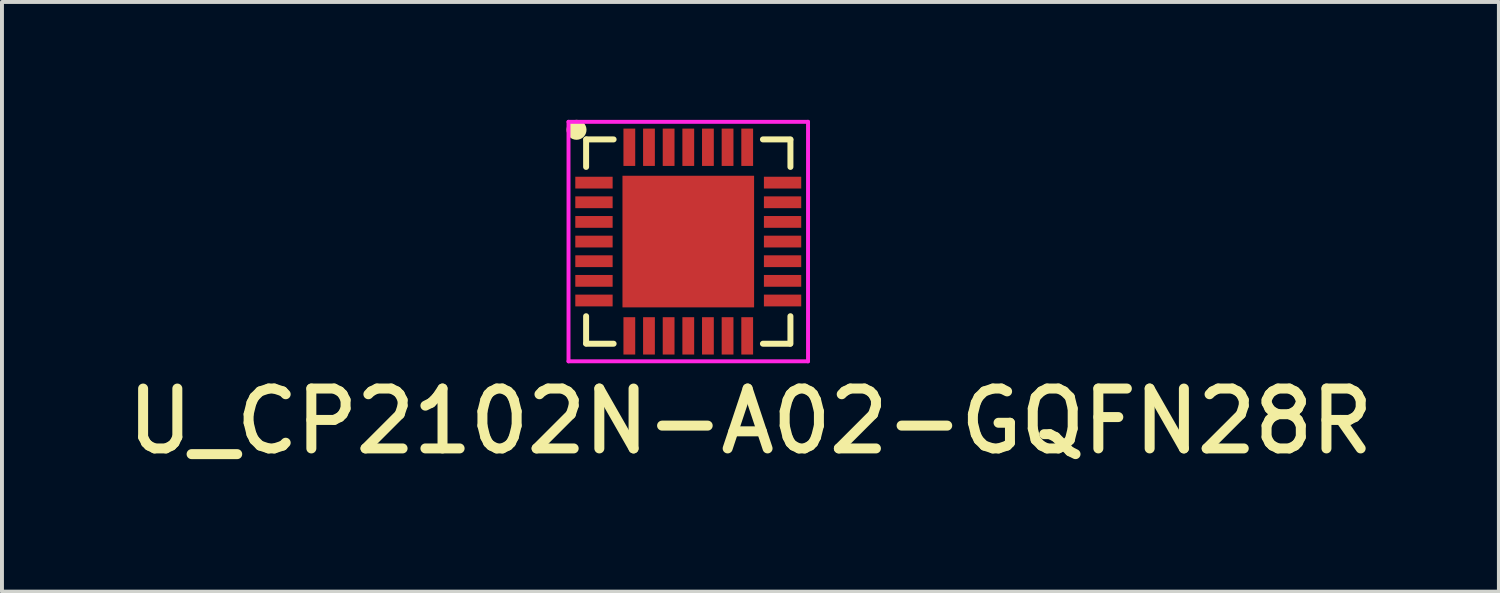
<source format=kicad_pcb>
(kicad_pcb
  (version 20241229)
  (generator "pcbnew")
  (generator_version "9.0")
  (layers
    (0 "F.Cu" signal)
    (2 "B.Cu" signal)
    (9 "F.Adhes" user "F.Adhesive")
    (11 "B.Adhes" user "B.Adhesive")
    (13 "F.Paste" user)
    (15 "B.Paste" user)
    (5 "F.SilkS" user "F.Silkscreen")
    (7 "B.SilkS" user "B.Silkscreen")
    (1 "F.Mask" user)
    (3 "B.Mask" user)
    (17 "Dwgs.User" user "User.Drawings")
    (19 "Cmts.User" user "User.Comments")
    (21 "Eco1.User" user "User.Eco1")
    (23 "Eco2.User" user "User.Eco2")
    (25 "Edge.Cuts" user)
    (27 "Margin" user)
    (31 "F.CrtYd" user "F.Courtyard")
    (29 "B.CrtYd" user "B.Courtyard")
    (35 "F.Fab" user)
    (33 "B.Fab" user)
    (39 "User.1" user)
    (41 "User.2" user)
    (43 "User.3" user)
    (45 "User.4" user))
  (footprint "U_CP2102N-A02-GQFN28R"
    (layer "F.Cu")
    (at 14.467 3.098)
    (property "Reference" "U_CP2102N-A02-GQFN28R" (at 1.583 4.573 0) (unlocked yes) (layer "F.SilkS") (effects (font (size 1.524 1.524) (thickness 0.254))))
    (attr smd)
    (fp_line (start -2.6 -2.6) (end -2.6 -1.9) (stroke (width 0.152) (type solid)) (layer "F.SilkS"))
    (fp_line (start -2.6 1.9) (end -2.6 2.591) (stroke (width 0.152) (type solid)) (layer "F.SilkS"))
    (fp_line (start -2.6 2.6) (end -1.9 2.6) (stroke (width 0.152) (type solid)) (layer "F.SilkS"))
    (fp_line (start -2.591 -2.6) (end -1.9 -2.6) (stroke (width 0.152) (type solid)) (layer "F.SilkS"))
    (fp_line (start 1.9 -2.6) (end 2.6 -2.6) (stroke (width 0.152) (type solid)) (layer "F.SilkS"))
    (fp_line (start 1.9 2.6) (end 2.591 2.6) (stroke (width 0.152) (type solid)) (layer "F.SilkS"))
    (fp_line (start 2.6 -2.591) (end 2.6 -1.9) (stroke (width 0.152) (type solid)) (layer "F.SilkS"))
    (fp_line (start 2.6 1.9) (end 2.6 2.6) (stroke (width 0.152) (type solid)) (layer "F.SilkS"))
    (fp_circle (center -2.844 -2.844) (end -2.844 -2.717) (stroke (width 0.254) (type solid)) (fill no) (layer "F.SilkS"))
    (fp_poly (pts (xy -1.524 -0.762) (xy -0.762 -0.762) (xy -0.762 -1.524) (xy -1.524 -1.524)) (stroke (width 0) (type default)) (fill yes) (layer "F.Paste"))
    (fp_poly (pts (xy -1.524 1.524) (xy -0.762 1.524) (xy -0.762 0.762) (xy -1.524 0.762)) (stroke (width 0) (type default)) (fill yes) (layer "F.Paste"))
    (fp_poly (pts (xy -0.762 0.381) (xy -0.762 -0.381) (xy -1.524 -0.381) (xy -1.524 0.381)) (stroke (width 0) (type default)) (fill yes) (layer "F.Paste"))
    (fp_poly (pts (xy -0.381 -1.524) (xy -0.381 -0.762) (xy 0.381 -0.762) (xy 0.381 -1.524)) (stroke (width 0) (type default)) (fill yes) (layer "F.Paste"))
    (fp_poly (pts (xy 0.381 0.381) (xy 0.381 -0.381) (xy -0.381 -0.381) (xy -0.381 0.381)) (stroke (width 0) (type default)) (fill yes) (layer "F.Paste"))
    (fp_poly (pts (xy 0.381 1.524) (xy 0.381 0.762) (xy -0.381 0.762) (xy -0.381 1.524)) (stroke (width 0) (type default)) (fill yes) (layer "F.Paste"))
    (fp_poly (pts (xy 0.762 -1.524) (xy 0.762 -0.762) (xy 1.524 -0.762) (xy 1.524 -1.524)) (stroke (width 0) (type default)) (fill yes) (layer "F.Paste"))
    (fp_poly (pts (xy 1.524 0.381) (xy 1.524 -0.381) (xy 0.762 -0.381) (xy 0.762 0.381)) (stroke (width 0) (type default)) (fill yes) (layer "F.Paste"))
    (fp_poly (pts (xy 1.524 1.524) (xy 1.524 0.762) (xy 0.762 0.762) (xy 0.762 1.524)) (stroke (width 0) (type default)) (fill yes) (layer "F.Paste"))
    (fp_line (start -3.048 -3.048) (end -3.048 3.048) (stroke (width 0.1) (type solid)) (layer "F.CrtYd"))
    (fp_line (start 3.048 -3.048) (end -3.048 -3.048) (stroke (width 0.1) (type solid)) (layer "F.CrtYd"))
    (fp_line (start 3.048 -3.048) (end 3.048 3.048) (stroke (width 0.1) (type solid)) (layer "F.CrtYd"))
    (fp_line (start 3.048 3.048) (end -3.048 3.048) (stroke (width 0.1) (type solid)) (layer "F.CrtYd"))
    (fp_line (start -2.5 -2.5) (end -2.5 2.5) (stroke (width 0.1) (type solid)) (layer "User.13"))
    (fp_line (start -2.5 -2.5) (end 2.5 -2.5) (stroke (width 0.1) (type solid)) (layer "User.13"))
    (fp_line (start -2.5 2.5) (end 2.5 2.5) (stroke (width 0.1) (type solid)) (layer "User.13"))
    (fp_line (start 2.5 -2.5) (end 2.5 2.5) (stroke (width 0.1) (type solid)) (layer "User.13"))
    (pad "1" smd rect (at -2.4 -1.5 180) (size 0.95 0.3) (layers "F.Cu" "F.Mask" "F.Paste"))
    (pad "2" smd rect (at -2.4 -1 180) (size 0.95 0.3) (layers "F.Cu" "F.Mask" "F.Paste"))
    (pad "3" smd rect (at -2.4 -0.5 180) (size 0.95 0.3) (layers "F.Cu" "F.Mask" "F.Paste"))
    (pad "4" smd rect (at -2.4 0.00002 180) (size 0.95 0.3) (layers "F.Cu" "F.Mask" "F.Paste"))
    (pad "5" smd rect (at -2.4 0.5 180) (size 0.95 0.3) (layers "F.Cu" "F.Mask" "F.Paste"))
    (pad "6" smd rect (at -2.4 1 180) (size 0.95 0.3) (layers "F.Cu" "F.Mask" "F.Paste"))
    (pad "7" smd rect (at -2.4 1.5 180) (size 0.95 0.3) (layers "F.Cu" "F.Mask" "F.Paste"))
    (pad "8" smd rect (at -1.5 2.4 270) (size 0.95 0.3) (layers "F.Cu" "F.Mask" "F.Paste"))
    (pad "9" smd rect (at -1 2.4 270) (size 0.95 0.3) (layers "F.Cu" "F.Mask" "F.Paste"))
    (pad "10" smd rect (at -0.5 2.4 270) (size 0.95 0.3) (layers "F.Cu" "F.Mask" "F.Paste"))
    (pad "11" smd rect (at 0.00017 2.4 270) (size 0.95 0.3) (layers "F.Cu" "F.Mask" "F.Paste"))
    (pad "12" smd rect (at 0.5 2.4 270) (size 0.95 0.3) (layers "F.Cu" "F.Mask" "F.Paste"))
    (pad "13" smd rect (at 1 2.4 270) (size 0.95 0.3) (layers "F.Cu" "F.Mask" "F.Paste"))
    (pad "14" smd rect (at 1.5 2.4 270) (size 0.95 0.3) (layers "F.Cu" "F.Mask" "F.Paste"))
    (pad "15" smd rect (at 2.4 1.5) (size 0.95 0.3) (layers "F.Cu" "F.Mask" "F.Paste"))
    (pad "16" smd rect (at 2.4 1) (size 0.95 0.3) (layers "F.Cu" "F.Mask" "F.Paste"))
    (pad "17" smd rect (at 2.4 0.5) (size 0.95 0.3) (layers "F.Cu" "F.Mask" "F.Paste"))
    (pad "18" smd rect (at 2.4 0.00002) (size 0.95 0.3) (layers "F.Cu" "F.Mask" "F.Paste"))
    (pad "19" smd rect (at 2.4 -0.5) (size 0.95 0.3) (layers "F.Cu" "F.Mask" "F.Paste"))
    (pad "20" smd rect (at 2.4 -1) (size 0.95 0.3) (layers "F.Cu" "F.Mask" "F.Paste"))
    (pad "21" smd rect (at 2.4 -1.5) (size 0.95 0.3) (layers "F.Cu" "F.Mask" "F.Paste"))
    (pad "22" smd rect (at 1.5 -2.4 90) (size 0.95 0.3) (layers "F.Cu" "F.Mask" "F.Paste"))
    (pad "23" smd rect (at 1 -2.4 90) (size 0.95 0.3) (layers "F.Cu" "F.Mask" "F.Paste"))
    (pad "24" smd rect (at 0.5 -2.4 90) (size 0.95 0.3) (layers "F.Cu" "F.Mask" "F.Paste"))
    (pad "25" smd rect (at 0.00017 -2.4 90) (size 0.95 0.3) (layers "F.Cu" "F.Mask" "F.Paste"))
    (pad "26" smd rect (at -0.5 -2.4 90) (size 0.95 0.3) (layers "F.Cu" "F.Mask" "F.Paste"))
    (pad "27" smd rect (at -1 -2.4 90) (size 0.95 0.3) (layers "F.Cu" "F.Mask" "F.Paste"))
    (pad "28" smd rect (at -1.5 -2.4 90) (size 0.95 0.3) (layers "F.Cu" "F.Mask" "F.Paste"))
    (pad "EP1" smd rect (at 0.00017 0.00002 180) (size 3.35 3.35) (layers "F.Cu" "F.Mask" "F.Paste")))
  (gr_rect
    (start -3 -3)
    (end 35.098 12.008)
    (stroke (width 0.1) (type default))
    (fill no)
    (layer "Edge.Cuts")))
</source>
